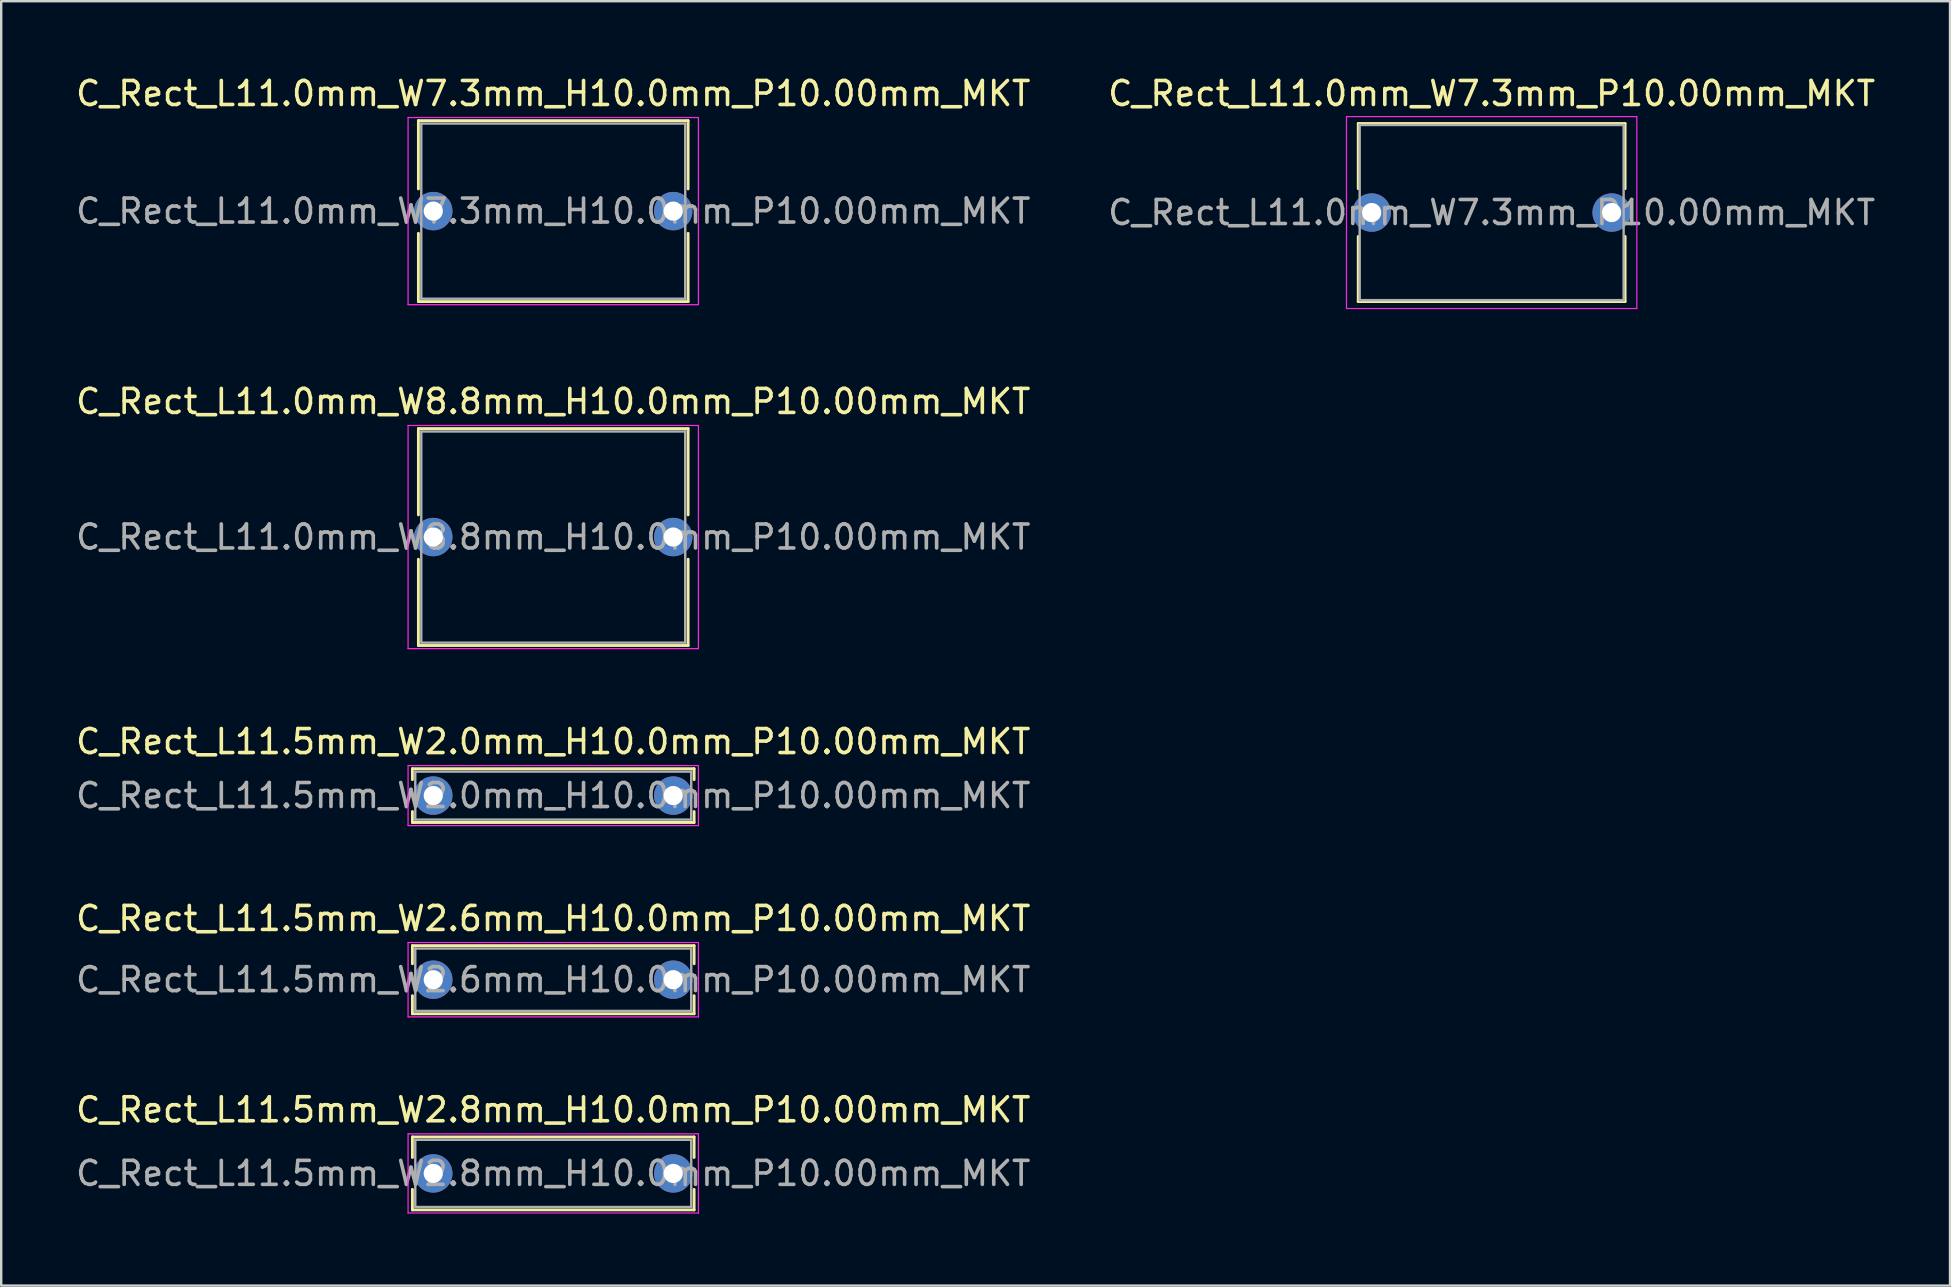
<source format=kicad_pcb>
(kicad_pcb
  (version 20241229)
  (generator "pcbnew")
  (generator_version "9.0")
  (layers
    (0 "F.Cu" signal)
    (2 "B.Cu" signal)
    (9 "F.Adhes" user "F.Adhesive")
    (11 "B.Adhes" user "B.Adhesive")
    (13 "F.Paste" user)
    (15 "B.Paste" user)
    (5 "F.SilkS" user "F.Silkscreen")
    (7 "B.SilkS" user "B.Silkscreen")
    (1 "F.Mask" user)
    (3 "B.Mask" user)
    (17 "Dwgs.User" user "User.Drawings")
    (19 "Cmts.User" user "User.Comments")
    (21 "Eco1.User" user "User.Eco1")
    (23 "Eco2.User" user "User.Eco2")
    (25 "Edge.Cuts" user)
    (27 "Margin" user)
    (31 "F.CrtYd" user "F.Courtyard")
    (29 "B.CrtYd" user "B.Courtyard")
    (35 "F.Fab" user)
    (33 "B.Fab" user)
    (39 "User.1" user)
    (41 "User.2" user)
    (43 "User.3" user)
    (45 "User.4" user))
  (footprint "C_Rect_L11.0mm_W7.3mm_H10.0mm_P10.00mm_MKT"
    (layer "F.Cu")
    (at 15.006 5.748)
    (property "Reference" "C_Rect_L11.0mm_W7.3mm_H10.0mm_P10.00mm_MKT" (at 5 -4.9 0) (layer "F.SilkS") (effects (font (size 1 1) (thickness 0.15))))
    (attr through_hole)
    (fp_line (start -0.62 -3.77) (end -0.62 -0.925) (stroke (width 0.12) (type solid)) (layer "F.SilkS"))
    (fp_line (start -0.62 -3.77) (end 10.62 -3.77) (stroke (width 0.12) (type solid)) (layer "F.SilkS"))
    (fp_line (start -0.62 0.925) (end -0.62 3.77) (stroke (width 0.12) (type solid)) (layer "F.SilkS"))
    (fp_line (start -0.62 3.77) (end 10.62 3.77) (stroke (width 0.12) (type solid)) (layer "F.SilkS"))
    (fp_line (start 10.62 -3.77) (end 10.62 -0.925) (stroke (width 0.12) (type solid)) (layer "F.SilkS"))
    (fp_line (start 10.62 0.925) (end 10.62 3.77) (stroke (width 0.12) (type solid)) (layer "F.SilkS"))
    (fp_line (start -1.05 -3.9) (end -1.05 3.9) (stroke (width 0.05) (type solid)) (layer "F.CrtYd"))
    (fp_line (start -1.05 3.9) (end 11.05 3.9) (stroke (width 0.05) (type solid)) (layer "F.CrtYd"))
    (fp_line (start 11.05 -3.9) (end -1.05 -3.9) (stroke (width 0.05) (type solid)) (layer "F.CrtYd"))
    (fp_line (start 11.05 3.9) (end 11.05 -3.9) (stroke (width 0.05) (type solid)) (layer "F.CrtYd"))
    (fp_line (start -0.5 -3.65) (end -0.5 3.65) (stroke (width 0.1) (type solid)) (layer "F.Fab"))
    (fp_line (start -0.5 3.65) (end 10.5 3.65) (stroke (width 0.1) (type solid)) (layer "F.Fab"))
    (fp_line (start 10.5 -3.65) (end -0.5 -3.65) (stroke (width 0.1) (type solid)) (layer "F.Fab"))
    (fp_line (start 10.5 3.65) (end 10.5 -3.65) (stroke (width 0.1) (type solid)) (layer "F.Fab"))
    (fp_text user "${REFERENCE}" (at 5 0 0) (layer "F.Fab") (effects (font (size 1 1) (thickness 0.15))))
    (pad "1" thru_hole circle (at 0 0) (size 1.6 1.6) (drill 0.8) (layers "*.Cu" "*.Mask"))
    (pad "2" thru_hole circle (at 10 0) (size 1.6 1.6) (drill 0.8) (layers "*.Cu" "*.Mask")))
  (footprint "C_Rect_L11.5mm_W2.0mm_H10.0mm_P10.00mm_MKT"
    (layer "F.Cu")
    (at 15.006 30.105)
    (property "Reference" "C_Rect_L11.5mm_W2.0mm_H10.0mm_P10.00mm_MKT" (at 5 -2.25 0) (layer "F.SilkS") (effects (font (size 1 1) (thickness 0.15))))
    (attr through_hole)
    (fp_line (start -0.87 -1.12) (end -0.87 -0.665) (stroke (width 0.12) (type solid)) (layer "F.SilkS"))
    (fp_line (start -0.87 -1.12) (end 10.87 -1.12) (stroke (width 0.12) (type solid)) (layer "F.SilkS"))
    (fp_line (start -0.87 0.665) (end -0.87 1.12) (stroke (width 0.12) (type solid)) (layer "F.SilkS"))
    (fp_line (start -0.87 1.12) (end 10.87 1.12) (stroke (width 0.12) (type solid)) (layer "F.SilkS"))
    (fp_line (start 10.87 -1.12) (end 10.87 -0.665) (stroke (width 0.12) (type solid)) (layer "F.SilkS"))
    (fp_line (start 10.87 0.665) (end 10.87 1.12) (stroke (width 0.12) (type solid)) (layer "F.SilkS"))
    (fp_line (start -1.05 -1.25) (end -1.05 1.25) (stroke (width 0.05) (type solid)) (layer "F.CrtYd"))
    (fp_line (start -1.05 1.25) (end 11.05 1.25) (stroke (width 0.05) (type solid)) (layer "F.CrtYd"))
    (fp_line (start 11.05 -1.25) (end -1.05 -1.25) (stroke (width 0.05) (type solid)) (layer "F.CrtYd"))
    (fp_line (start 11.05 1.25) (end 11.05 -1.25) (stroke (width 0.05) (type solid)) (layer "F.CrtYd"))
    (fp_line (start -0.75 -1) (end -0.75 1) (stroke (width 0.1) (type solid)) (layer "F.Fab"))
    (fp_line (start -0.75 1) (end 10.75 1) (stroke (width 0.1) (type solid)) (layer "F.Fab"))
    (fp_line (start 10.75 -1) (end -0.75 -1) (stroke (width 0.1) (type solid)) (layer "F.Fab"))
    (fp_line (start 10.75 1) (end 10.75 -1) (stroke (width 0.1) (type solid)) (layer "F.Fab"))
    (fp_text user "${REFERENCE}" (at 5 0 0) (layer "F.Fab") (effects (font (size 1 1) (thickness 0.15))))
    (pad "1" thru_hole circle (at 0 0) (size 1.6 1.6) (drill 0.8) (layers "*.Cu" "*.Mask"))
    (pad "2" thru_hole circle (at 10 0) (size 1.6 1.6) (drill 0.8) (layers "*.Cu" "*.Mask")))
  (footprint "C_Rect_L11.5mm_W2.6mm_H10.0mm_P10.00mm_MKT"
    (layer "F.Cu")
    (at 15.006 37.778)
    (property "Reference" "C_Rect_L11.5mm_W2.6mm_H10.0mm_P10.00mm_MKT" (at 5 -2.55 0) (layer "F.SilkS") (effects (font (size 1 1) (thickness 0.15))))
    (attr through_hole)
    (fp_line (start -0.87 -1.42) (end -0.87 -0.665) (stroke (width 0.12) (type solid)) (layer "F.SilkS"))
    (fp_line (start -0.87 -1.42) (end 10.87 -1.42) (stroke (width 0.12) (type solid)) (layer "F.SilkS"))
    (fp_line (start -0.87 0.665) (end -0.87 1.42) (stroke (width 0.12) (type solid)) (layer "F.SilkS"))
    (fp_line (start -0.87 1.42) (end 10.87 1.42) (stroke (width 0.12) (type solid)) (layer "F.SilkS"))
    (fp_line (start 10.87 -1.42) (end 10.87 -0.665) (stroke (width 0.12) (type solid)) (layer "F.SilkS"))
    (fp_line (start 10.87 0.665) (end 10.87 1.42) (stroke (width 0.12) (type solid)) (layer "F.SilkS"))
    (fp_line (start -1.05 -1.55) (end -1.05 1.55) (stroke (width 0.05) (type solid)) (layer "F.CrtYd"))
    (fp_line (start -1.05 1.55) (end 11.05 1.55) (stroke (width 0.05) (type solid)) (layer "F.CrtYd"))
    (fp_line (start 11.05 -1.55) (end -1.05 -1.55) (stroke (width 0.05) (type solid)) (layer "F.CrtYd"))
    (fp_line (start 11.05 1.55) (end 11.05 -1.55) (stroke (width 0.05) (type solid)) (layer "F.CrtYd"))
    (fp_line (start -0.75 -1.3) (end -0.75 1.3) (stroke (width 0.1) (type solid)) (layer "F.Fab"))
    (fp_line (start -0.75 1.3) (end 10.75 1.3) (stroke (width 0.1) (type solid)) (layer "F.Fab"))
    (fp_line (start 10.75 -1.3) (end -0.75 -1.3) (stroke (width 0.1) (type solid)) (layer "F.Fab"))
    (fp_line (start 10.75 1.3) (end 10.75 -1.3) (stroke (width 0.1) (type solid)) (layer "F.Fab"))
    (fp_text user "${REFERENCE}" (at 5 0 0) (layer "F.Fab") (effects (font (size 1 1) (thickness 0.15))))
    (pad "1" thru_hole circle (at 0 0) (size 1.6 1.6) (drill 0.8) (layers "*.Cu" "*.Mask"))
    (pad "2" thru_hole circle (at 10 0) (size 1.6 1.6) (drill 0.8) (layers "*.Cu" "*.Mask")))
  (footprint "C_Rect_L11.0mm_W8.8mm_H10.0mm_P10.00mm_MKT"
    (layer "F.Cu")
    (at 15.006 19.331)
    (property "Reference" "C_Rect_L11.0mm_W8.8mm_H10.0mm_P10.00mm_MKT" (at 5 -5.65 0) (layer "F.SilkS") (effects (font (size 1 1) (thickness 0.15))))
    (attr through_hole)
    (fp_line (start -0.62 -4.52) (end -0.62 -0.925) (stroke (width 0.12) (type solid)) (layer "F.SilkS"))
    (fp_line (start -0.62 -4.52) (end 10.62 -4.52) (stroke (width 0.12) (type solid)) (layer "F.SilkS"))
    (fp_line (start -0.62 0.925) (end -0.62 4.52) (stroke (width 0.12) (type solid)) (layer "F.SilkS"))
    (fp_line (start -0.62 4.52) (end 10.62 4.52) (stroke (width 0.12) (type solid)) (layer "F.SilkS"))
    (fp_line (start 10.62 -4.52) (end 10.62 -0.925) (stroke (width 0.12) (type solid)) (layer "F.SilkS"))
    (fp_line (start 10.62 0.925) (end 10.62 4.52) (stroke (width 0.12) (type solid)) (layer "F.SilkS"))
    (fp_line (start -1.05 -4.65) (end -1.05 4.65) (stroke (width 0.05) (type solid)) (layer "F.CrtYd"))
    (fp_line (start -1.05 4.65) (end 11.05 4.65) (stroke (width 0.05) (type solid)) (layer "F.CrtYd"))
    (fp_line (start 11.05 -4.65) (end -1.05 -4.65) (stroke (width 0.05) (type solid)) (layer "F.CrtYd"))
    (fp_line (start 11.05 4.65) (end 11.05 -4.65) (stroke (width 0.05) (type solid)) (layer "F.CrtYd"))
    (fp_line (start -0.5 -4.4) (end -0.5 4.4) (stroke (width 0.1) (type solid)) (layer "F.Fab"))
    (fp_line (start -0.5 4.4) (end 10.5 4.4) (stroke (width 0.1) (type solid)) (layer "F.Fab"))
    (fp_line (start 10.5 -4.4) (end -0.5 -4.4) (stroke (width 0.1) (type solid)) (layer "F.Fab"))
    (fp_line (start 10.5 4.4) (end 10.5 -4.4) (stroke (width 0.1) (type solid)) (layer "F.Fab"))
    (fp_text user "${REFERENCE}" (at 5 0 0) (layer "F.Fab") (effects (font (size 1 1) (thickness 0.15))))
    (pad "1" thru_hole circle (at 0 0) (size 1.6 1.6) (drill 0.8) (layers "*.Cu" "*.Mask"))
    (pad "2" thru_hole circle (at 10 0) (size 1.6 1.6) (drill 0.8) (layers "*.Cu" "*.Mask")))
  (footprint "C_Rect_L11.5mm_W2.8mm_H10.0mm_P10.00mm_MKT"
    (layer "F.Cu")
    (at 15.006 45.851)
    (property "Reference" "C_Rect_L11.5mm_W2.8mm_H10.0mm_P10.00mm_MKT" (at 5 -2.65 0) (layer "F.SilkS") (effects (font (size 1 1) (thickness 0.15))))
    (attr through_hole)
    (fp_line (start -0.87 -1.52) (end -0.87 -0.665) (stroke (width 0.12) (type solid)) (layer "F.SilkS"))
    (fp_line (start -0.87 -1.52) (end 10.87 -1.52) (stroke (width 0.12) (type solid)) (layer "F.SilkS"))
    (fp_line (start -0.87 0.665) (end -0.87 1.52) (stroke (width 0.12) (type solid)) (layer "F.SilkS"))
    (fp_line (start -0.87 1.52) (end 10.87 1.52) (stroke (width 0.12) (type solid)) (layer "F.SilkS"))
    (fp_line (start 10.87 -1.52) (end 10.87 -0.665) (stroke (width 0.12) (type solid)) (layer "F.SilkS"))
    (fp_line (start 10.87 0.665) (end 10.87 1.52) (stroke (width 0.12) (type solid)) (layer "F.SilkS"))
    (fp_line (start -1.05 -1.65) (end -1.05 1.65) (stroke (width 0.05) (type solid)) (layer "F.CrtYd"))
    (fp_line (start -1.05 1.65) (end 11.05 1.65) (stroke (width 0.05) (type solid)) (layer "F.CrtYd"))
    (fp_line (start 11.05 -1.65) (end -1.05 -1.65) (stroke (width 0.05) (type solid)) (layer "F.CrtYd"))
    (fp_line (start 11.05 1.65) (end 11.05 -1.65) (stroke (width 0.05) (type solid)) (layer "F.CrtYd"))
    (fp_line (start -0.75 -1.4) (end -0.75 1.4) (stroke (width 0.1) (type solid)) (layer "F.Fab"))
    (fp_line (start -0.75 1.4) (end 10.75 1.4) (stroke (width 0.1) (type solid)) (layer "F.Fab"))
    (fp_line (start 10.75 -1.4) (end -0.75 -1.4) (stroke (width 0.1) (type solid)) (layer "F.Fab"))
    (fp_line (start 10.75 1.4) (end 10.75 -1.4) (stroke (width 0.1) (type solid)) (layer "F.Fab"))
    (fp_text user "${REFERENCE}" (at 5 0 0) (layer "F.Fab") (effects (font (size 1 1) (thickness 0.15))))
    (pad "1" thru_hole circle (at 0 0) (size 1.6 1.6) (drill 0.8) (layers "*.Cu" "*.Mask"))
    (pad "2" thru_hole circle (at 10 0) (size 1.6 1.6) (drill 0.8) (layers "*.Cu" "*.Mask")))
  (footprint "C_Rect_L11.0mm_W7.3mm_P10.00mm_MKT"
    (layer "F.Cu")
    (at 54.113 5.808)
    (property "Reference" "C_Rect_L11.0mm_W7.3mm_P10.00mm_MKT" (at 5 -4.96 0) (layer "F.SilkS") (effects (font (size 1 1) (thickness 0.15))))
    (attr through_hole)
    (fp_line (start -0.56 -3.71) (end -0.56 -0.996) (stroke (width 0.12) (type solid)) (layer "F.SilkS"))
    (fp_line (start -0.56 -3.71) (end 10.56 -3.71) (stroke (width 0.12) (type solid)) (layer "F.SilkS"))
    (fp_line (start -0.56 0.996) (end -0.56 3.71) (stroke (width 0.12) (type solid)) (layer "F.SilkS"))
    (fp_line (start -0.56 3.71) (end 10.56 3.71) (stroke (width 0.12) (type solid)) (layer "F.SilkS"))
    (fp_line (start 10.56 -3.71) (end 10.56 -0.996) (stroke (width 0.12) (type solid)) (layer "F.SilkS"))
    (fp_line (start 10.56 0.996) (end 10.56 3.71) (stroke (width 0.12) (type solid)) (layer "F.SilkS"))
    (fp_line (start -1.05 -4) (end -1.05 4) (stroke (width 0.05) (type solid)) (layer "F.CrtYd"))
    (fp_line (start -1.05 4) (end 11.05 4) (stroke (width 0.05) (type solid)) (layer "F.CrtYd"))
    (fp_line (start 11.05 -4) (end -1.05 -4) (stroke (width 0.05) (type solid)) (layer "F.CrtYd"))
    (fp_line (start 11.05 4) (end 11.05 -4) (stroke (width 0.05) (type solid)) (layer "F.CrtYd"))
    (fp_line (start -0.5 -3.65) (end -0.5 3.65) (stroke (width 0.1) (type solid)) (layer "F.Fab"))
    (fp_line (start -0.5 3.65) (end 10.5 3.65) (stroke (width 0.1) (type solid)) (layer "F.Fab"))
    (fp_line (start 10.5 -3.65) (end -0.5 -3.65) (stroke (width 0.1) (type solid)) (layer "F.Fab"))
    (fp_line (start 10.5 3.65) (end 10.5 -3.65) (stroke (width 0.1) (type solid)) (layer "F.Fab"))
    (fp_text user "${REFERENCE}" (at 5 0 0) (layer "F.Fab") (effects (font (size 1 1) (thickness 0.15))))
    (pad "1" thru_hole circle (at 0 0) (size 1.6 1.6) (drill 0.8) (layers "*.Cu" "*.Mask"))
    (pad "2" thru_hole circle (at 10 0) (size 1.6 1.6) (drill 0.8) (layers "*.Cu" "*.Mask")))
  (gr_rect
    (start -3 -3)
    (end 78.214 50.526)
    (stroke (width 0.1) (type default))
    (fill no)
    (layer "Edge.Cuts")))
</source>
